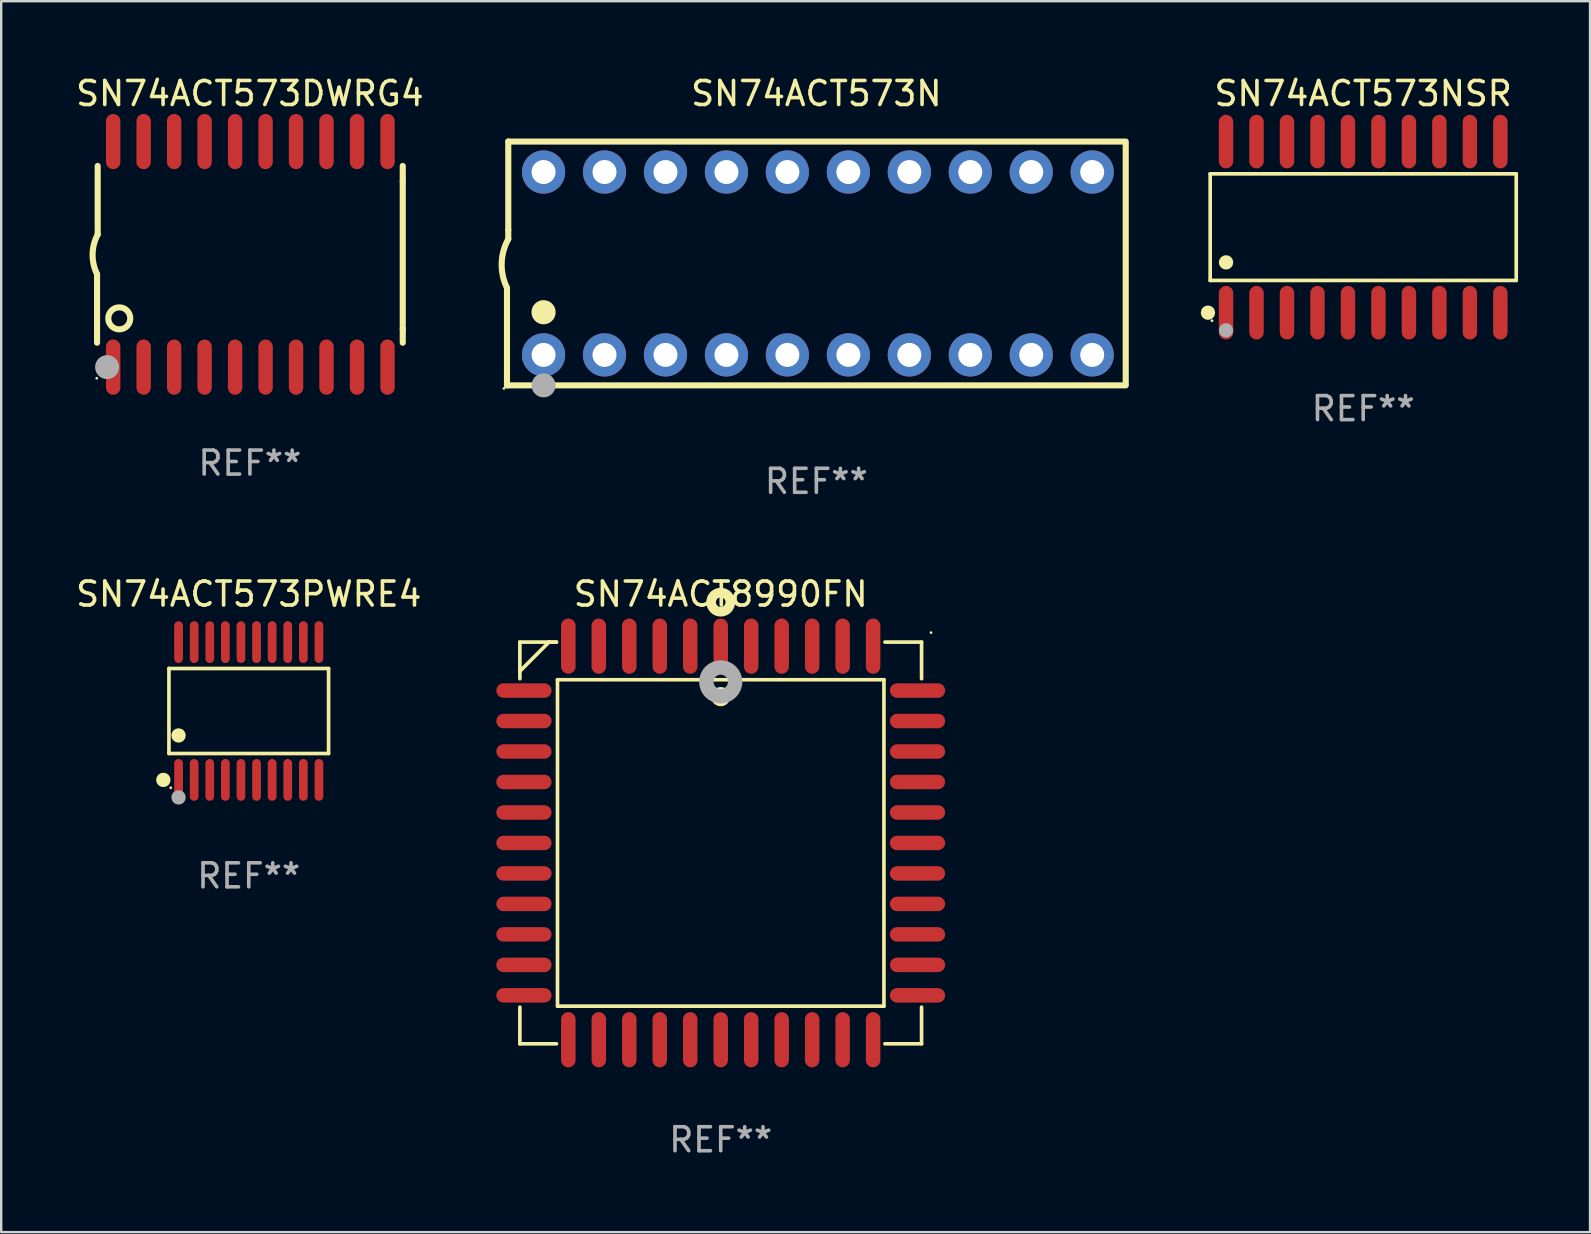
<source format=kicad_pcb>
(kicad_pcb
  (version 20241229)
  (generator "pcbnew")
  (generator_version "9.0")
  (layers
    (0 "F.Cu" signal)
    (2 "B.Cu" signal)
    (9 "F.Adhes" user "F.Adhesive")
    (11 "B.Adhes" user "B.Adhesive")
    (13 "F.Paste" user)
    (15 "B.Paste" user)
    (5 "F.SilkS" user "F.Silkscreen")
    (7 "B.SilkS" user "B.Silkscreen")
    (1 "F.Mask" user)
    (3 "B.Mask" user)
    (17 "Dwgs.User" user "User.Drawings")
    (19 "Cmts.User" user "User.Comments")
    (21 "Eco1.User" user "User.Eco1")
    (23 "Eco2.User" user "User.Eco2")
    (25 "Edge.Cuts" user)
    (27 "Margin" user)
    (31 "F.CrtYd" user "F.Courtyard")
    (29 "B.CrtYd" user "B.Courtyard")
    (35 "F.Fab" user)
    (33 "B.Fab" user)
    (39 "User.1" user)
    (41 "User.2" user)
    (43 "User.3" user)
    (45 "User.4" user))
  (footprint "SN74ACT573DWRG4"
    (layer "F.Cu")
    (at 7.363 7.548)
    (property "Reference" "SN74ACT573DWRG4" (at 0 -6.7 0) (layer "F.SilkS") (effects (font (size 1 1) (thickness 0.15))))
    (attr through_hole)
    (fp_line (start -6.369 0.826) (end -6.369 3.683) (stroke (width 0.254) (type solid)) (layer "F.SilkS"))
    (fp_line (start -6.343 -0.825) (end -6.343 -3.683) (stroke (width 0.254) (type solid)) (layer "F.SilkS"))
    (fp_line (start 6.369 -3.048) (end 6.369 -3.683) (stroke (width 0.254) (type solid)) (layer "F.SilkS"))
    (fp_line (start 6.369 -3.048) (end 6.369 3.096) (stroke (width 0.254) (type solid)) (layer "F.SilkS"))
    (fp_line (start 6.369 3.096) (end 6.369 3.683) (stroke (width 0.254) (type solid)) (layer "F.SilkS"))
    (fp_arc (start -6.36853 0.825552) (mid -6.554743 -0.00301) (end -6.343129 -0.825451) (stroke (width 0.254001) (type solid)) (layer "F.SilkS"))
    (fp_circle (center -6.382 5.163) (end -6.352 5.163) (stroke (width 0.06) (type solid)) (fill no) (layer "F.SilkS"))
    (fp_circle (center -5.443 2.667) (end -4.985 2.667) (stroke (width 0.254) (type solid)) (fill no) (layer "F.SilkS"))
    (fp_circle (center -5.951 4.699) (end -5.701 4.699) (stroke (width 0.5) (type solid)) (fill no) (layer "F.Fab"))
    (fp_text user "REF**" (at 0 8.7 0) (layer "F.Fab") (effects (font (size 1 1) (thickness 0.15))))
    (pad "1" smd oval (at -5.697 4.7 180) (size 0.6 2.3) (layers "F.Cu" "F.Mask" "F.Paste"))
    (pad "2" smd oval (at -4.427 4.7 180) (size 0.6 2.3) (layers "F.Cu" "F.Mask" "F.Paste"))
    (pad "3" smd oval (at -3.157 4.7 180) (size 0.6 2.3) (layers "F.Cu" "F.Mask" "F.Paste"))
    (pad "4" smd oval (at -1.887 4.7 180) (size 0.6 2.3) (layers "F.Cu" "F.Mask" "F.Paste"))
    (pad "5" smd oval (at -0.617 4.7 180) (size 0.6 2.3) (layers "F.Cu" "F.Mask" "F.Paste"))
    (pad "6" smd oval (at 0.653 4.7 180) (size 0.6 2.3) (layers "F.Cu" "F.Mask" "F.Paste"))
    (pad "7" smd oval (at 1.923 4.7 180) (size 0.6 2.3) (layers "F.Cu" "F.Mask" "F.Paste"))
    (pad "8" smd oval (at 3.193 4.7 180) (size 0.6 2.3) (layers "F.Cu" "F.Mask" "F.Paste"))
    (pad "9" smd oval (at 4.463 4.7 180) (size 0.6 2.3) (layers "F.Cu" "F.Mask" "F.Paste"))
    (pad "10" smd oval (at 5.734 4.7 180) (size 0.6 2.3) (layers "F.Cu" "F.Mask" "F.Paste"))
    (pad "11" smd oval (at 5.734 -4.7 180) (size 0.6 2.3) (layers "F.Cu" "F.Mask" "F.Paste"))
    (pad "12" smd oval (at 4.463 -4.7 180) (size 0.6 2.3) (layers "F.Cu" "F.Mask" "F.Paste"))
    (pad "13" smd oval (at 3.193 -4.7 180) (size 0.6 2.3) (layers "F.Cu" "F.Mask" "F.Paste"))
    (pad "14" smd oval (at 1.923 -4.7 180) (size 0.6 2.3) (layers "F.Cu" "F.Mask" "F.Paste"))
    (pad "15" smd oval (at 0.653 -4.7 180) (size 0.6 2.3) (layers "F.Cu" "F.Mask" "F.Paste"))
    (pad "16" smd oval (at -0.617 -4.7 180) (size 0.6 2.3) (layers "F.Cu" "F.Mask" "F.Paste"))
    (pad "17" smd oval (at -1.887 -4.7 180) (size 0.6 2.3) (layers "F.Cu" "F.Mask" "F.Paste"))
    (pad "18" smd oval (at -3.157 -4.7 180) (size 0.6 2.3) (layers "F.Cu" "F.Mask" "F.Paste"))
    (pad "19" smd oval (at -4.427 -4.7 180) (size 0.6 2.3) (layers "F.Cu" "F.Mask" "F.Paste"))
    (pad "20" smd oval (at -5.697 -4.7 180) (size 0.6 2.3) (layers "F.Cu" "F.Mask" "F.Paste")))
  (footprint "SN74ACT8990FN"
    (layer "F.Cu")
    (at 26.981 32.074)
    (property "Reference" "SN74ACT8990FN" (at 0 -10.369 0) (layer "F.SilkS") (effects (font (size 1 1) (thickness 0.15))))
    (attr through_hole)
    (fp_line (start -8.369 -8.369) (end -8.369 -6.843) (stroke (width 0.152) (type solid)) (layer "F.SilkS"))
    (fp_line (start -8.369 8.369) (end -8.369 6.843) (stroke (width 0.152) (type solid)) (layer "F.SilkS"))
    (fp_line (start -7.156 -8.369) (end -8.369 -7.156) (stroke (width 0.152) (type solid)) (layer "F.SilkS"))
    (fp_line (start -6.843 -8.369) (end -8.369 -8.369) (stroke (width 0.152) (type solid)) (layer "F.SilkS"))
    (fp_line (start -6.843 -8.369) (end -7.156 -8.369) (stroke (width 0.152) (type solid)) (layer "F.SilkS"))
    (fp_line (start -6.843 8.369) (end -8.369 8.369) (stroke (width 0.152) (type solid)) (layer "F.SilkS"))
    (fp_line (start -6.801 -6.801) (end 6.801 -6.801) (stroke (width 0.152) (type solid)) (layer "F.SilkS"))
    (fp_line (start -6.801 6.801) (end -6.801 -6.801) (stroke (width 0.152) (type solid)) (layer "F.SilkS"))
    (fp_line (start 6.801 -6.801) (end 6.801 6.801) (stroke (width 0.152) (type solid)) (layer "F.SilkS"))
    (fp_line (start 6.801 6.801) (end -6.801 6.801) (stroke (width 0.152) (type solid)) (layer "F.SilkS"))
    (fp_line (start 6.843 -8.369) (end 8.369 -8.369) (stroke (width 0.152) (type solid)) (layer "F.SilkS"))
    (fp_line (start 6.843 8.369) (end 8.369 8.369) (stroke (width 0.152) (type solid)) (layer "F.SilkS"))
    (fp_line (start 8.369 -8.369) (end 8.369 -6.843) (stroke (width 0.152) (type solid)) (layer "F.SilkS"))
    (fp_line (start 8.369 8.369) (end 8.369 6.843) (stroke (width 0.152) (type solid)) (layer "F.SilkS"))
    (fp_circle (center -0.000013 -6.096) (end 0.2 -6.096) (stroke (width 0.4) (type solid)) (fill no) (layer "F.SilkS"))
    (fp_circle (center 0.000114 -10.033) (end 0.2 -10.033) (stroke (width 0.4) (type solid)) (fill no) (layer "F.SilkS"))
    (fp_circle (center 8.763 -8.763) (end 8.793 -8.763) (stroke (width 0.06) (type solid)) (fill no) (layer "F.SilkS"))
    (fp_circle (center 0.000114 -6.712) (end 0.3 -6.712) (stroke (width 0.6) (type solid)) (fill no) (layer "F.Fab"))
    (fp_text user "REF**" (at 0 12.369 0) (layer "F.Fab") (effects (font (size 1 1) (thickness 0.15))))
    (pad "1" smd oval (at 0.000114 -8.2) (size 0.604 2.3) (layers "F.Cu" "F.Mask" "F.Paste"))
    (pad "2" smd oval (at -1.27 -8.2) (size 0.604 2.3) (layers "F.Cu" "F.Mask" "F.Paste"))
    (pad "3" smd oval (at -2.54 -8.2) (size 0.604 2.3) (layers "F.Cu" "F.Mask" "F.Paste"))
    (pad "4" smd oval (at -3.81 -8.2) (size 0.604 2.3) (layers "F.Cu" "F.Mask" "F.Paste"))
    (pad "5" smd oval (at -5.08 -8.2) (size 0.604 2.3) (layers "F.Cu" "F.Mask" "F.Paste"))
    (pad "6" smd oval (at -6.35 -8.2) (size 0.604 2.3) (layers "F.Cu" "F.Mask" "F.Paste"))
    (pad "7" smd oval (at -8.2 -6.35) (size 2.3 0.604) (layers "F.Cu" "F.Mask" "F.Paste"))
    (pad "8" smd oval (at -8.2 -5.08) (size 2.3 0.604) (layers "F.Cu" "F.Mask" "F.Paste"))
    (pad "9" smd oval (at -8.2 -3.81) (size 2.3 0.604) (layers "F.Cu" "F.Mask" "F.Paste"))
    (pad "10" smd oval (at -8.2 -2.54) (size 2.3 0.604) (layers "F.Cu" "F.Mask" "F.Paste"))
    (pad "11" smd oval (at -8.2 -1.27) (size 2.3 0.604) (layers "F.Cu" "F.Mask" "F.Paste"))
    (pad "12" smd oval (at -8.2 0.000127) (size 2.3 0.604) (layers "F.Cu" "F.Mask" "F.Paste"))
    (pad "13" smd oval (at -8.2 1.27) (size 2.3 0.604) (layers "F.Cu" "F.Mask" "F.Paste"))
    (pad "14" smd oval (at -8.2 2.54) (size 2.3 0.604) (layers "F.Cu" "F.Mask" "F.Paste"))
    (pad "15" smd oval (at -8.2 3.81) (size 2.3 0.604) (layers "F.Cu" "F.Mask" "F.Paste"))
    (pad "16" smd oval (at -8.2 5.08) (size 2.3 0.604) (layers "F.Cu" "F.Mask" "F.Paste"))
    (pad "17" smd oval (at -8.2 6.35) (size 2.3 0.604) (layers "F.Cu" "F.Mask" "F.Paste"))
    (pad "18" smd oval (at -6.35 8.2) (size 0.604 2.3) (layers "F.Cu" "F.Mask" "F.Paste"))
    (pad "19" smd oval (at -5.08 8.2) (size 0.604 2.3) (layers "F.Cu" "F.Mask" "F.Paste"))
    (pad "20" smd oval (at -3.81 8.2) (size 0.604 2.3) (layers "F.Cu" "F.Mask" "F.Paste"))
    (pad "21" smd oval (at -2.54 8.2) (size 0.604 2.3) (layers "F.Cu" "F.Mask" "F.Paste"))
    (pad "22" smd oval (at -1.27 8.2) (size 0.604 2.3) (layers "F.Cu" "F.Mask" "F.Paste"))
    (pad "23" smd oval (at 0.000114 8.2) (size 0.604 2.3) (layers "F.Cu" "F.Mask" "F.Paste"))
    (pad "24" smd oval (at 1.27 8.2) (size 0.604 2.3) (layers "F.Cu" "F.Mask" "F.Paste"))
    (pad "25" smd oval (at 2.54 8.2) (size 0.604 2.3) (layers "F.Cu" "F.Mask" "F.Paste"))
    (pad "26" smd oval (at 3.81 8.2) (size 0.604 2.3) (layers "F.Cu" "F.Mask" "F.Paste"))
    (pad "27" smd oval (at 5.08 8.2) (size 0.604 2.3) (layers "F.Cu" "F.Mask" "F.Paste"))
    (pad "28" smd oval (at 6.35 8.2) (size 0.604 2.3) (layers "F.Cu" "F.Mask" "F.Paste"))
    (pad "29" smd oval (at 8.2 6.35) (size 2.3 0.604) (layers "F.Cu" "F.Mask" "F.Paste"))
    (pad "30" smd oval (at 8.2 5.08) (size 2.3 0.604) (layers "F.Cu" "F.Mask" "F.Paste"))
    (pad "31" smd oval (at 8.2 3.81) (size 2.3 0.604) (layers "F.Cu" "F.Mask" "F.Paste"))
    (pad "32" smd oval (at 8.2 2.54) (size 2.3 0.604) (layers "F.Cu" "F.Mask" "F.Paste"))
    (pad "33" smd oval (at 8.2 1.27) (size 2.3 0.604) (layers "F.Cu" "F.Mask" "F.Paste"))
    (pad "34" smd oval (at 8.2 0.000127) (size 2.3 0.604) (layers "F.Cu" "F.Mask" "F.Paste"))
    (pad "35" smd oval (at 8.2 -1.27) (size 2.3 0.604) (layers "F.Cu" "F.Mask" "F.Paste"))
    (pad "36" smd oval (at 8.2 -2.54) (size 2.3 0.604) (layers "F.Cu" "F.Mask" "F.Paste"))
    (pad "37" smd oval (at 8.2 -3.81) (size 2.3 0.604) (layers "F.Cu" "F.Mask" "F.Paste"))
    (pad "38" smd oval (at 8.2 -5.08) (size 2.3 0.604) (layers "F.Cu" "F.Mask" "F.Paste"))
    (pad "39" smd oval (at 8.2 -6.35) (size 2.3 0.604) (layers "F.Cu" "F.Mask" "F.Paste"))
    (pad "40" smd oval (at 6.35 -8.2) (size 0.604 2.3) (layers "F.Cu" "F.Mask" "F.Paste"))
    (pad "41" smd oval (at 5.08 -8.2) (size 0.604 2.3) (layers "F.Cu" "F.Mask" "F.Paste"))
    (pad "42" smd oval (at 3.81 -8.2) (size 0.604 2.3) (layers "F.Cu" "F.Mask" "F.Paste"))
    (pad "43" smd oval (at 2.54 -8.2) (size 0.604 2.3) (layers "F.Cu" "F.Mask" "F.Paste"))
    (pad "44" smd oval (at 1.27 -8.2) (size 0.604 2.3) (layers "F.Cu" "F.Mask" "F.Paste")))
  (footprint "SN74ACT573NSR"
    (layer "F.Cu")
    (at 53.752 6.414)
    (property "Reference" "SN74ACT573NSR" (at 0 -5.565 0) (layer "F.SilkS") (effects (font (size 1 1) (thickness 0.15))))
    (attr through_hole)
    (fp_line (start -6.376 -2.221) (end 6.376 -2.221) (stroke (width 0.152) (type solid)) (layer "F.SilkS"))
    (fp_line (start -6.376 2.221) (end -6.376 -2.221) (stroke (width 0.152) (type solid)) (layer "F.SilkS"))
    (fp_line (start 6.376 -2.221) (end 6.376 2.221) (stroke (width 0.152) (type solid)) (layer "F.SilkS"))
    (fp_line (start 6.376 2.221) (end -6.376 2.221) (stroke (width 0.152) (type solid)) (layer "F.SilkS"))
    (fp_circle (center -6.468 3.565) (end -6.318 3.565) (stroke (width 0.3) (type solid)) (fill no) (layer "F.SilkS"))
    (fp_circle (center -6.3 3.9) (end -6.27 3.9) (stroke (width 0.06) (type solid)) (fill no) (layer "F.SilkS"))
    (fp_circle (center -5.715 1.469) (end -5.565 1.469) (stroke (width 0.3) (type solid)) (fill no) (layer "F.SilkS"))
    (fp_circle (center -5.715 4.3) (end -5.565 4.3) (stroke (width 0.3) (type solid)) (fill no) (layer "F.Fab"))
    (fp_text user "REF**" (at 0 7.565 0) (layer "F.Fab") (effects (font (size 1 1) (thickness 0.15))))
    (pad "1" smd oval (at -5.715 3.565) (size 0.602 2.231) (layers "F.Cu" "F.Mask" "F.Paste"))
    (pad "2" smd oval (at -4.445 3.565) (size 0.602 2.231) (layers "F.Cu" "F.Mask" "F.Paste"))
    (pad "3" smd oval (at -3.175 3.565) (size 0.602 2.231) (layers "F.Cu" "F.Mask" "F.Paste"))
    (pad "4" smd oval (at -1.905 3.565) (size 0.602 2.231) (layers "F.Cu" "F.Mask" "F.Paste"))
    (pad "5" smd oval (at -0.635 3.565) (size 0.602 2.231) (layers "F.Cu" "F.Mask" "F.Paste"))
    (pad "6" smd oval (at 0.635 3.565) (size 0.602 2.231) (layers "F.Cu" "F.Mask" "F.Paste"))
    (pad "7" smd oval (at 1.905 3.565) (size 0.602 2.231) (layers "F.Cu" "F.Mask" "F.Paste"))
    (pad "8" smd oval (at 3.175 3.565) (size 0.602 2.231) (layers "F.Cu" "F.Mask" "F.Paste"))
    (pad "9" smd oval (at 4.445 3.565) (size 0.602 2.231) (layers "F.Cu" "F.Mask" "F.Paste"))
    (pad "10" smd oval (at 5.715 3.565) (size 0.602 2.231) (layers "F.Cu" "F.Mask" "F.Paste"))
    (pad "11" smd oval (at 5.715 -3.565) (size 0.602 2.231) (layers "F.Cu" "F.Mask" "F.Paste"))
    (pad "12" smd oval (at 4.445 -3.565) (size 0.602 2.231) (layers "F.Cu" "F.Mask" "F.Paste"))
    (pad "13" smd oval (at 3.175 -3.565) (size 0.602 2.231) (layers "F.Cu" "F.Mask" "F.Paste"))
    (pad "14" smd oval (at 1.905 -3.565) (size 0.602 2.231) (layers "F.Cu" "F.Mask" "F.Paste"))
    (pad "15" smd oval (at 0.635 -3.565) (size 0.602 2.231) (layers "F.Cu" "F.Mask" "F.Paste"))
    (pad "16" smd oval (at -0.635 -3.565) (size 0.602 2.231) (layers "F.Cu" "F.Mask" "F.Paste"))
    (pad "17" smd oval (at -1.905 -3.565) (size 0.602 2.231) (layers "F.Cu" "F.Mask" "F.Paste"))
    (pad "18" smd oval (at -3.175 -3.565) (size 0.602 2.231) (layers "F.Cu" "F.Mask" "F.Paste"))
    (pad "19" smd oval (at -4.445 -3.565) (size 0.602 2.231) (layers "F.Cu" "F.Mask" "F.Paste"))
    (pad "20" smd oval (at -5.715 -3.565) (size 0.602 2.231) (layers "F.Cu" "F.Mask" "F.Paste")))
  (footprint "SN74ACT573PWRE4"
    (layer "F.Cu")
    (at 7.315 26.576)
    (property "Reference" "SN74ACT573PWRE4" (at 0 -4.871 0) (layer "F.SilkS") (effects (font (size 1 1) (thickness 0.15))))
    (attr through_hole)
    (fp_line (start -3.326 -1.771) (end 3.326 -1.771) (stroke (width 0.152) (type solid)) (layer "F.SilkS"))
    (fp_line (start -3.326 1.771) (end -3.326 -1.771) (stroke (width 0.152) (type solid)) (layer "F.SilkS"))
    (fp_line (start 3.326 -1.771) (end 3.326 1.771) (stroke (width 0.152) (type solid)) (layer "F.SilkS"))
    (fp_line (start 3.326 1.771) (end -3.326 1.771) (stroke (width 0.152) (type solid)) (layer "F.SilkS"))
    (fp_circle (center -3.559 2.871) (end -3.409 2.871) (stroke (width 0.3) (type solid)) (fill no) (layer "F.SilkS"))
    (fp_circle (center -3.25 3.2) (end -3.22 3.2) (stroke (width 0.06) (type solid)) (fill no) (layer "F.SilkS"))
    (fp_circle (center -2.925 1.019) (end -2.775 1.019) (stroke (width 0.3) (type solid)) (fill no) (layer "F.SilkS"))
    (fp_circle (center -2.925 3.6) (end -2.775 3.6) (stroke (width 0.3) (type solid)) (fill no) (layer "F.Fab"))
    (fp_text user "REF**" (at 0 6.871 0) (layer "F.Fab") (effects (font (size 1 1) (thickness 0.15))))
    (pad "1" smd oval (at -2.925 2.871) (size 0.364 1.742) (layers "F.Cu" "F.Mask" "F.Paste"))
    (pad "2" smd oval (at -2.275 2.871) (size 0.364 1.742) (layers "F.Cu" "F.Mask" "F.Paste"))
    (pad "3" smd oval (at -1.625 2.871) (size 0.364 1.742) (layers "F.Cu" "F.Mask" "F.Paste"))
    (pad "4" smd oval (at -0.975 2.871) (size 0.364 1.742) (layers "F.Cu" "F.Mask" "F.Paste"))
    (pad "5" smd oval (at -0.325 2.871) (size 0.364 1.742) (layers "F.Cu" "F.Mask" "F.Paste"))
    (pad "6" smd oval (at 0.325 2.871) (size 0.364 1.742) (layers "F.Cu" "F.Mask" "F.Paste"))
    (pad "7" smd oval (at 0.975 2.871) (size 0.364 1.742) (layers "F.Cu" "F.Mask" "F.Paste"))
    (pad "8" smd oval (at 1.625 2.871) (size 0.364 1.742) (layers "F.Cu" "F.Mask" "F.Paste"))
    (pad "9" smd oval (at 2.275 2.871) (size 0.364 1.742) (layers "F.Cu" "F.Mask" "F.Paste"))
    (pad "10" smd oval (at 2.925 2.871) (size 0.364 1.742) (layers "F.Cu" "F.Mask" "F.Paste"))
    (pad "11" smd oval (at 2.925 -2.871) (size 0.364 1.742) (layers "F.Cu" "F.Mask" "F.Paste"))
    (pad "12" smd oval (at 2.275 -2.871) (size 0.364 1.742) (layers "F.Cu" "F.Mask" "F.Paste"))
    (pad "13" smd oval (at 1.625 -2.871) (size 0.364 1.742) (layers "F.Cu" "F.Mask" "F.Paste"))
    (pad "14" smd oval (at 0.975 -2.871) (size 0.364 1.742) (layers "F.Cu" "F.Mask" "F.Paste"))
    (pad "15" smd oval (at 0.325 -2.871) (size 0.364 1.742) (layers "F.Cu" "F.Mask" "F.Paste"))
    (pad "16" smd oval (at -0.325 -2.871) (size 0.364 1.742) (layers "F.Cu" "F.Mask" "F.Paste"))
    (pad "17" smd oval (at -0.975 -2.871) (size 0.364 1.742) (layers "F.Cu" "F.Mask" "F.Paste"))
    (pad "18" smd oval (at -1.625 -2.871) (size 0.364 1.742) (layers "F.Cu" "F.Mask" "F.Paste"))
    (pad "19" smd oval (at -2.275 -2.871) (size 0.364 1.742) (layers "F.Cu" "F.Mask" "F.Paste"))
    (pad "20" smd oval (at -2.925 -2.871) (size 0.364 1.742) (layers "F.Cu" "F.Mask" "F.Paste")))
  (footprint "SN74ACT573N"
    (layer "F.Cu")
    (at 30.966 7.928)
    (property "Reference" "SN74ACT573N" (at 0 -7.08 0) (layer "F.SilkS") (effects (font (size 1 1) (thickness 0.15))))
    (attr through_hole)
    (fp_line (start -12.891 5.08) (end -12.891 1.016) (stroke (width 0.254) (type solid)) (layer "F.SilkS"))
    (fp_line (start -12.891 5.08) (end 12.891 5.08) (stroke (width 0.254) (type solid)) (layer "F.SilkS"))
    (fp_line (start -12.837 -5.08) (end -12.837 -1.397) (stroke (width 0.254) (type solid)) (layer "F.SilkS"))
    (fp_line (start -12.837 -5.08) (end 12.891 -5.08) (stroke (width 0.254) (type solid)) (layer "F.SilkS"))
    (fp_line (start -12.837 -1.397) (end -12.837 -1.016) (stroke (width 0.254) (type solid)) (layer "F.SilkS"))
    (fp_line (start 12.891 -5) (end 12.891 5) (stroke (width 0.254) (type solid)) (layer "F.SilkS"))
    (fp_arc (start -12.890526 1.016002) (mid -13.111945 -0.006602) (end -12.836525 -1.016002) (stroke (width 0.254001) (type solid)) (layer "F.SilkS"))
    (fp_circle (center -13.018 5.207) (end -12.988 5.207) (stroke (width 0.06) (type solid)) (fill no) (layer "F.SilkS"))
    (fp_circle (center -11.367 2.032) (end -11.113 2.032) (stroke (width 0.5) (type solid)) (fill no) (layer "F.SilkS"))
    (fp_circle (center -11.367 5.08) (end -11.117 5.08) (stroke (width 0.5) (type solid)) (fill no) (layer "F.Fab"))
    (fp_text user "REF**" (at 0 9.08 0) (layer "F.Fab") (effects (font (size 1 1) (thickness 0.15))))
    (pad "1" thru_hole circle (at -11.367 3.81) (size 1.8 1.8) (drill 1) (layers "*.Cu" "*.Mask"))
    (pad "2" thru_hole circle (at -8.827 3.81) (size 1.8 1.8) (drill 1) (layers "*.Cu" "*.Mask"))
    (pad "3" thru_hole circle (at -6.287 3.81) (size 1.8 1.8) (drill 1) (layers "*.Cu" "*.Mask"))
    (pad "4" thru_hole circle (at -3.747 3.81) (size 1.8 1.8) (drill 1) (layers "*.Cu" "*.Mask"))
    (pad "5" thru_hole circle (at -1.207 3.81) (size 1.8 1.8) (drill 1) (layers "*.Cu" "*.Mask"))
    (pad "6" thru_hole circle (at 1.334 3.81) (size 1.8 1.8) (drill 1) (layers "*.Cu" "*.Mask"))
    (pad "7" thru_hole circle (at 3.874 3.81) (size 1.8 1.8) (drill 1) (layers "*.Cu" "*.Mask"))
    (pad "8" thru_hole circle (at 6.414 3.81) (size 1.8 1.8) (drill 1) (layers "*.Cu" "*.Mask"))
    (pad "9" thru_hole circle (at 8.954 3.81) (size 1.8 1.8) (drill 1) (layers "*.Cu" "*.Mask"))
    (pad "10" thru_hole circle (at 11.494 3.81) (size 1.8 1.8) (drill 1) (layers "*.Cu" "*.Mask"))
    (pad "11" thru_hole circle (at 11.494 -3.81) (size 1.8 1.8) (drill 1) (layers "*.Cu" "*.Mask"))
    (pad "12" thru_hole circle (at 8.954 -3.81) (size 1.8 1.8) (drill 1) (layers "*.Cu" "*.Mask"))
    (pad "13" thru_hole circle (at 6.414 -3.81) (size 1.8 1.8) (drill 1) (layers "*.Cu" "*.Mask"))
    (pad "14" thru_hole circle (at 3.874 -3.81) (size 1.8 1.8) (drill 1) (layers "*.Cu" "*.Mask"))
    (pad "15" thru_hole circle (at 1.334 -3.81) (size 1.8 1.8) (drill 1) (layers "*.Cu" "*.Mask"))
    (pad "16" thru_hole circle (at -1.207 -3.81) (size 1.8 1.8) (drill 1) (layers "*.Cu" "*.Mask"))
    (pad "17" thru_hole circle (at -3.747 -3.81) (size 1.8 1.8) (drill 1) (layers "*.Cu" "*.Mask"))
    (pad "18" thru_hole circle (at -6.287 -3.81) (size 1.8 1.8) (drill 1) (layers "*.Cu" "*.Mask"))
    (pad "19" thru_hole circle (at -8.827 -3.81) (size 1.8 1.8) (drill 1) (layers "*.Cu" "*.Mask"))
    (pad "20" thru_hole circle (at -11.367 -3.81) (size 1.8 1.8) (drill 1) (layers "*.Cu" "*.Mask")))
  (gr_rect
    (start -3 -3)
    (end 63.204 48.292)
    (stroke (width 0.1) (type default))
    (fill no)
    (layer "Edge.Cuts")))
</source>
